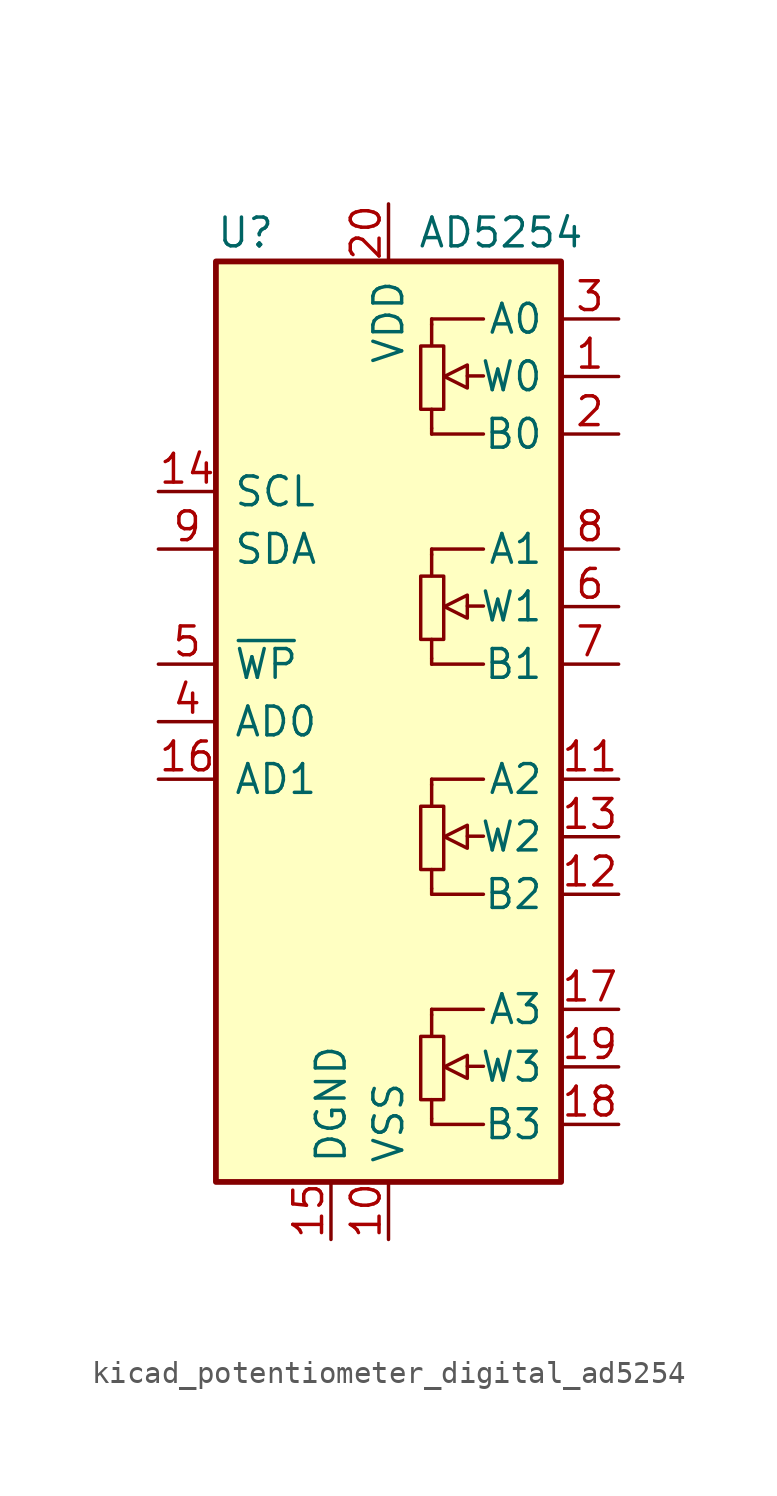
<source format=kicad_sym>
(kicad_symbol_lib
  (version 20220914)
  (generator kicad_symbol_editor)
  (symbol "kicad_potentiometer_digital_ad5254"
    (pin_names
      (offset 0.762))
    (property "Reference" "U"
      (at -7.62 21.59 0)
      (effects (font (size 1.27 1.27)) (justify left)))
    (property "Value" "AD5254"
      (at 1.27 21.59 0)
      (effects (font (size 1.27 1.27)) (justify left)))
    (symbol "kicad_potentiometer_digital_ad5254_0_1"
      (rectangle (start -7.62 20.32) (end 7.62 -20.32) (stroke (width 0.254) (type default)) (fill (type background))))
    (symbol "kicad_potentiometer_digital_ad5254_1_1"
      (polyline (pts (xy 1.905 -17.526) (xy 1.905 -16.688)) (stroke (width 0) (type default)) (fill (type none)))
      (polyline (pts (xy 1.905 -12.929) (xy 1.905 -13.868)) (stroke (width 0) (type default)) (fill (type none)))
      (polyline (pts (xy 1.905 -7.366) (xy 1.905 -6.528)) (stroke (width 0) (type default)) (fill (type none)))
      (polyline (pts (xy 1.905 -2.769) (xy 1.905 -3.708)) (stroke (width 0) (type default)) (fill (type none)))
      (polyline (pts (xy 1.905 2.794) (xy 1.905 3.632)) (stroke (width 0) (type default)) (fill (type none)))
      (polyline (pts (xy 1.905 7.391) (xy 1.905 6.452)) (stroke (width 0) (type default)) (fill (type none)))
      (polyline (pts (xy 1.905 12.954) (xy 1.905 13.792)) (stroke (width 0) (type default)) (fill (type none)))
      (polyline (pts (xy 1.905 17.551) (xy 1.905 16.612)) (stroke (width 0) (type default)) (fill (type none)))
      (polyline (pts (xy 3.48 -15.215) (xy 4.191 -15.215)) (stroke (width 0) (type default)) (fill (type none)))
      (polyline (pts (xy 3.48 -5.055) (xy 4.191 -5.055)) (stroke (width 0) (type default)) (fill (type none)))
      (polyline (pts (xy 3.48 5.105) (xy 4.191 5.105)) (stroke (width 0) (type default)) (fill (type none)))
      (polyline (pts (xy 3.48 15.265) (xy 4.191 15.265)) (stroke (width 0) (type default)) (fill (type none)))
      (polyline (pts (xy 1.905 -17.78) (xy 1.905 -17.526) (xy 1.905 -17.526)) (stroke (width 0) (type default)) (fill (type background)))
      (polyline (pts (xy 1.905 -17.78) (xy 4.191 -17.78) (xy 4.191 -17.78)) (stroke (width 0) (type default)) (fill (type background)))
      (polyline (pts (xy 1.905 -12.7) (xy 1.905 -12.954) (xy 1.905 -12.954)) (stroke (width 0) (type default)) (fill (type none)))
      (polyline (pts (xy 1.905 -12.7) (xy 4.191 -12.7) (xy 4.191 -12.7)) (stroke (width 0) (type default)) (fill (type background)))
      (polyline (pts (xy 1.905 -7.62) (xy 1.905 -7.366) (xy 1.905 -7.366)) (stroke (width 0) (type default)) (fill (type background)))
      (polyline (pts (xy 1.905 -7.62) (xy 4.191 -7.62) (xy 4.191 -7.62)) (stroke (width 0) (type default)) (fill (type background)))
      (polyline (pts (xy 1.905 -2.54) (xy 1.905 -2.794) (xy 1.905 -2.794)) (stroke (width 0) (type default)) (fill (type none)))
      (polyline (pts (xy 1.905 -2.54) (xy 4.191 -2.54) (xy 4.191 -2.54)) (stroke (width 0) (type default)) (fill (type background)))
      (polyline (pts (xy 1.905 2.54) (xy 1.905 2.794) (xy 1.905 2.794)) (stroke (width 0) (type default)) (fill (type background)))
      (polyline (pts (xy 1.905 2.54) (xy 4.191 2.54) (xy 4.191 2.54)) (stroke (width 0) (type default)) (fill (type background)))
      (polyline (pts (xy 1.905 7.62) (xy 1.905 7.366) (xy 1.905 7.366)) (stroke (width 0) (type default)) (fill (type none)))
      (polyline (pts (xy 1.905 7.62) (xy 4.191 7.62) (xy 4.191 7.62)) (stroke (width 0) (type default)) (fill (type background)))
      (polyline (pts (xy 1.905 12.7) (xy 1.905 12.954) (xy 1.905 12.954)) (stroke (width 0) (type default)) (fill (type background)))
      (polyline (pts (xy 1.905 12.7) (xy 4.191 12.7) (xy 4.191 12.7)) (stroke (width 0) (type default)) (fill (type background)))
      (polyline (pts (xy 1.905 17.78) (xy 1.905 17.526) (xy 1.905 17.526)) (stroke (width 0) (type default)) (fill (type none)))
      (polyline (pts (xy 1.905 17.78) (xy 4.191 17.78) (xy 4.191 17.78)) (stroke (width 0) (type default)) (fill (type background)))
      (polyline (pts (xy 3.48 -14.732) (xy 3.48 -15.748) (xy 2.464 -15.24) (xy 3.48 -14.732) (xy 3.48 -14.732)) (stroke (width 0) (type default)) (fill (type background)))
      (polyline (pts (xy 3.48 -4.572) (xy 3.48 -5.588) (xy 2.464 -5.08) (xy 3.48 -4.572) (xy 3.48 -4.572)) (stroke (width 0) (type default)) (fill (type background)))
      (polyline (pts (xy 3.48 5.588) (xy 3.48 4.572) (xy 2.464 5.08) (xy 3.48 5.588) (xy 3.48 5.588)) (stroke (width 0) (type default)) (fill (type background)))
      (polyline (pts (xy 3.48 15.748) (xy 3.48 14.732) (xy 2.464 15.24) (xy 3.48 15.748) (xy 3.48 15.748)) (stroke (width 0) (type default)) (fill (type background)))
      (rectangle (start 1.422 -13.894) (end 2.438 -16.688) (stroke (width 0) (type default)) (fill (type none)))
      (rectangle (start 1.422 -3.734) (end 2.438 -6.528) (stroke (width 0) (type default)) (fill (type none)))
      (rectangle (start 1.422 6.426) (end 2.438 3.632) (stroke (width 0) (type default)) (fill (type none)))
      (rectangle (start 1.422 16.586) (end 2.438 13.792) (stroke (width 0) (type default)) (fill (type none)))
      (pin passive line (at 10.16 15.24 180) (length 2.54) (name "W0" (effects (font (size 1.27 1.27)))) (number "1" (effects (font (size 1.27 1.27)))))
      (pin power_in line (at 0 -22.86 90) (length 2.54) (name "VSS" (effects (font (size 1.27 1.27)))) (number "10" (effects (font (size 1.27 1.27)))))
      (pin passive line (at 10.16 -2.54 180) (length 2.54) (name "A2" (effects (font (size 1.27 1.27)))) (number "11" (effects (font (size 1.27 1.27)))))
      (pin passive line (at 10.16 -7.62 180) (length 2.54) (name "B2" (effects (font (size 1.27 1.27)))) (number "12" (effects (font (size 1.27 1.27)))))
      (pin passive line (at 10.16 -5.08 180) (length 2.54) (name "W2" (effects (font (size 1.27 1.27)))) (number "13" (effects (font (size 1.27 1.27)))))
      (pin input line (at -10.16 10.16 0) (length 2.54) (name "SCL" (effects (font (size 1.27 1.27)))) (number "14" (effects (font (size 1.27 1.27)))))
      (pin power_in line (at -2.54 -22.86 90) (length 2.54) (name "DGND" (effects (font (size 1.27 1.27)))) (number "15" (effects (font (size 1.27 1.27)))))
      (pin input line (at -10.16 -2.54 0) (length 2.54) (name "AD1" (effects (font (size 1.27 1.27)))) (number "16" (effects (font (size 1.27 1.27)))))
      (pin passive line (at 10.16 -12.7 180) (length 2.54) (name "A3" (effects (font (size 1.27 1.27)))) (number "17" (effects (font (size 1.27 1.27)))))
      (pin passive line (at 10.16 -17.78 180) (length 2.54) (name "B3" (effects (font (size 1.27 1.27)))) (number "18" (effects (font (size 1.27 1.27)))))
      (pin passive line (at 10.16 -15.24 180) (length 2.54) (name "W3" (effects (font (size 1.27 1.27)))) (number "19" (effects (font (size 1.27 1.27)))))
      (pin passive line (at 10.16 12.7 180) (length 2.54) (name "B0" (effects (font (size 1.27 1.27)))) (number "2" (effects (font (size 1.27 1.27)))))
      (pin power_in line (at 0 22.86 270) (length 2.54) (name "VDD" (effects (font (size 1.27 1.27)))) (number "20" (effects (font (size 1.27 1.27)))))
      (pin passive line (at 10.16 17.78 180) (length 2.54) (name "A0" (effects (font (size 1.27 1.27)))) (number "3" (effects (font (size 1.27 1.27)))))
      (pin input line (at -10.16 0 0) (length 2.54) (name "AD0" (effects (font (size 1.27 1.27)))) (number "4" (effects (font (size 1.27 1.27)))))
      (pin input line (at -10.16 2.54 0) (length 2.54) (name "~{WP}" (effects (font (size 1.27 1.27)))) (number "5" (effects (font (size 1.27 1.27)))))
      (pin passive line (at 10.16 5.08 180) (length 2.54) (name "W1" (effects (font (size 1.27 1.27)))) (number "6" (effects (font (size 1.27 1.27)))))
      (pin passive line (at 10.16 2.54 180) (length 2.54) (name "B1" (effects (font (size 1.27 1.27)))) (number "7" (effects (font (size 1.27 1.27)))))
      (pin passive line (at 10.16 7.62 180) (length 2.54) (name "A1" (effects (font (size 1.27 1.27)))) (number "8" (effects (font (size 1.27 1.27)))))
      (pin bidirectional line (at -10.16 7.62 0) (length 2.54) (name "SDA" (effects (font (size 1.27 1.27)))) (number "9" (effects (font (size 1.27 1.27))))))))
</source>
